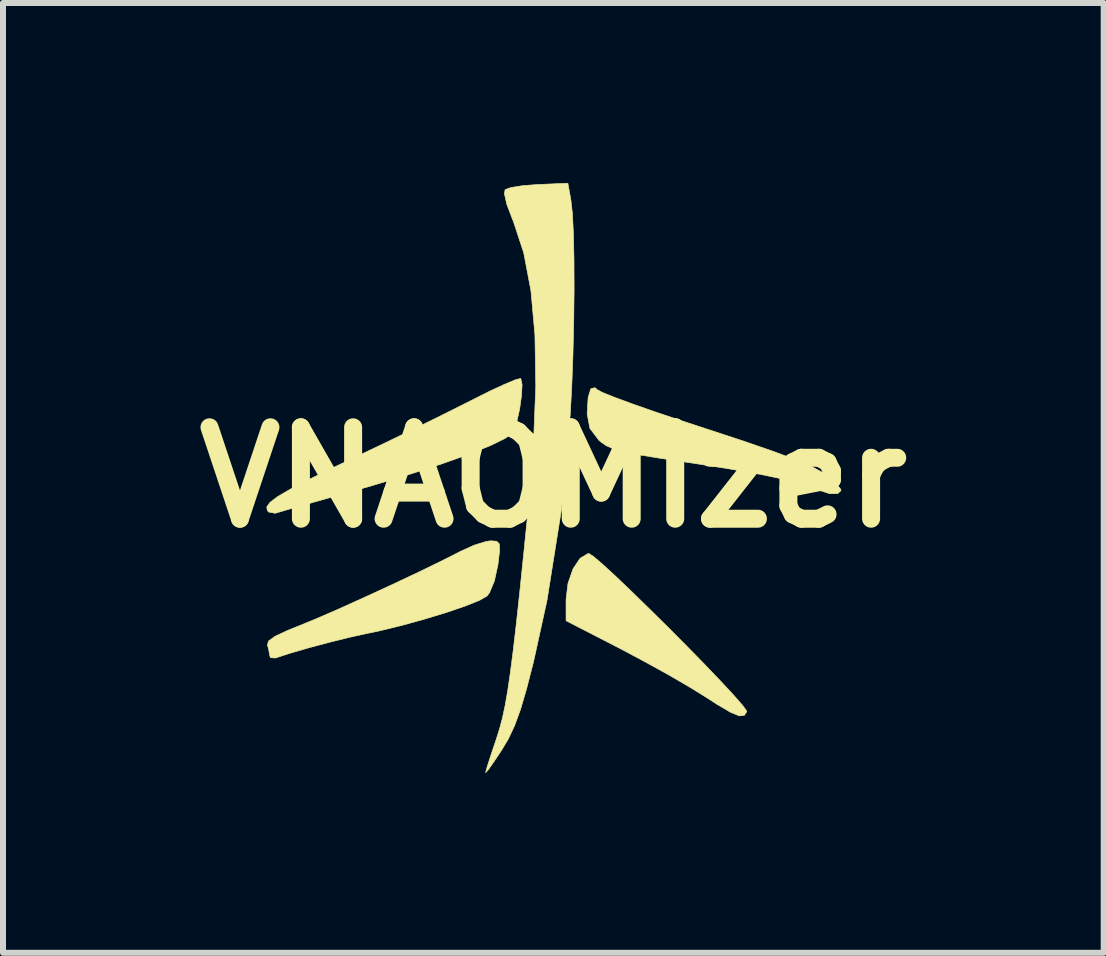
<source format=kicad_pcb>
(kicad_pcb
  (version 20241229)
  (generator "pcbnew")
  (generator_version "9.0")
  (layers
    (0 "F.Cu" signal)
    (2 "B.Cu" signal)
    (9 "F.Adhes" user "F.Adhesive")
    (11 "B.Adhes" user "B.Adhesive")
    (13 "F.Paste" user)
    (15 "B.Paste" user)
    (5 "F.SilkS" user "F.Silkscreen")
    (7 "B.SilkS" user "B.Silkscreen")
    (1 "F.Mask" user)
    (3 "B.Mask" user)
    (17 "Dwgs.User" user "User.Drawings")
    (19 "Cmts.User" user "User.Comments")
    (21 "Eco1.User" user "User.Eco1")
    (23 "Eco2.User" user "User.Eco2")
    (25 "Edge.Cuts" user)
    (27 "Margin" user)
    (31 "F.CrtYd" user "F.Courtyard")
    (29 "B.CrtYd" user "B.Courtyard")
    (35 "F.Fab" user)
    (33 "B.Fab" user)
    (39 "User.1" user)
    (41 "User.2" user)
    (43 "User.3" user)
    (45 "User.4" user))
  (footprint "VNAOMizer"
    (layer "F.Cu")
    (at 6.176 4.909)
    (property "Reference" "VNAOMizer" (at 0 0 0) (layer "F.SilkS") (effects (font (size 1.524 1.524) (thickness 0.3))))
    (attr through_hole)
    (fp_poly (pts (xy 0.668 1.318) (xy 0.823 1.451) (xy 1.042 1.652) (xy 1.308 1.906) (xy 1.606 2.197) (xy 1.92 2.507) (xy 2.233 2.822) (xy 2.529 3.125) (xy 2.792 3.4) (xy 3.006 3.631) (xy 3.155 3.801) (xy 3.223 3.895) (xy 3.225 3.906) (xy 3.182 3.97) (xy 3.099 3.977) (xy 2.956 3.918) (xy 2.733 3.787) (xy 2.541 3.663) (xy 2.272 3.497) (xy 1.92 3.292) (xy 1.529 3.076) (xy 1.144 2.871) (xy 1.112 2.854) (xy 0.212 2.391) (xy 0.212 2.035) (xy 0.244 1.768) (xy 0.328 1.526) (xy 0.446 1.349) (xy 0.578 1.271) (xy 0.593 1.27) (xy 0.668 1.318)) (stroke (width 0.01) (type solid)) (fill yes) (layer "F.SilkS"))
    (fp_poly (pts (xy -0.543 -1.648) (xy -0.521 -1.549) (xy -0.531 -1.363) (xy -0.562 -1.139) (xy -0.61 -0.924) (xy -0.665 -0.768) (xy -0.679 -0.745) (xy -0.798 -0.653) (xy -1.042 -0.533) (xy -1.399 -0.389) (xy -1.855 -0.227) (xy -2.399 -0.05) (xy -3.019 0.137) (xy -3.422 0.253) (xy -3.804 0.36) (xy -4.142 0.456) (xy -4.41 0.532) (xy -4.584 0.583) (xy -4.637 0.599) (xy -4.747 0.578) (xy -4.77 0.552) (xy -4.778 0.492) (xy -4.724 0.417) (xy -4.597 0.321) (xy -4.384 0.196) (xy -4.073 0.034) (xy -3.653 -0.171) (xy -3.316 -0.331) (xy -2.869 -0.544) (xy -2.396 -0.772) (xy -1.942 -0.995) (xy -1.548 -1.192) (xy -1.367 -1.283) (xy -1.067 -1.434) (xy -0.813 -1.552) (xy -0.63 -1.628) (xy -0.545 -1.649) (xy -0.543 -1.648)) (stroke (width 0.01) (type solid)) (fill yes) (layer "F.SilkS"))
    (fp_poly (pts (xy 0.732 -1.462) (xy 0.818 -1.416) (xy 1.021 -1.334) (xy 1.32 -1.224) (xy 1.697 -1.092) (xy 2.134 -0.945) (xy 2.54 -0.812) (xy 3.167 -0.606) (xy 3.667 -0.433) (xy 4.05 -0.29) (xy 4.325 -0.171) (xy 4.501 -0.074) (xy 4.533 -0.051) (xy 4.689 0.082) (xy 4.784 0.187) (xy 4.798 0.218) (xy 4.741 0.271) (xy 4.61 0.273) (xy 4.461 0.225) (xy 4.445 0.216) (xy 4.245 0.135) (xy 3.909 0.046) (xy 3.44 -0.052) (xy 2.844 -0.156) (xy 2.222 -0.252) (xy 1.763 -0.321) (xy 1.421 -0.377) (xy 1.176 -0.427) (xy 1.004 -0.475) (xy 0.885 -0.526) (xy 0.795 -0.588) (xy 0.758 -0.62) (xy 0.609 -0.817) (xy 0.564 -1.056) (xy 0.564 -1.066) (xy 0.58 -1.332) (xy 0.625 -1.478) (xy 0.695 -1.495) (xy 0.732 -1.462)) (stroke (width 0.01) (type solid)) (fill yes) (layer "F.SilkS"))
    (fp_poly (pts (xy -0.946 1.065) (xy -0.901 1.109) (xy -0.896 1.224) (xy -0.922 1.442) (xy -0.924 1.457) (xy -0.982 1.726) (xy -1.065 1.925) (xy -1.107 1.979) (xy -1.23 2.05) (xy -1.462 2.143) (xy -1.774 2.25) (xy -2.135 2.36) (xy -2.517 2.466) (xy -2.892 2.558) (xy -3.14 2.61) (xy -3.408 2.669) (xy -3.737 2.751) (xy -4.079 2.842) (xy -4.385 2.931) (xy -4.609 3.004) (xy -4.63 3.012) (xy -4.716 3.007) (xy -4.727 2.977) (xy -4.751 2.849) (xy -4.767 2.8) (xy -4.751 2.731) (xy -4.64 2.65) (xy -4.419 2.547) (xy -4.256 2.482) (xy -3.96 2.36) (xy -3.572 2.192) (xy -3.13 1.992) (xy -2.666 1.778) (xy -2.217 1.566) (xy -1.818 1.371) (xy -1.542 1.231) (xy -1.319 1.13) (xy -1.118 1.068) (xy -1.042 1.058) (xy -0.946 1.065)) (stroke (width 0.01) (type solid)) (fill yes) (layer "F.SilkS"))
    (fp_poly (pts (xy 0.293 -4.621) (xy 0.318 -4.398) (xy 0.335 -4.059) (xy 0.344 -3.63) (xy 0.346 -3.135) (xy 0.34 -2.6) (xy 0.327 -2.05) (xy 0.307 -1.51) (xy 0.281 -1.041) (xy 0.133 0.549) (xy -0.106 2.052) (xy -0.329 3.069) (xy -0.446 3.525) (xy -0.548 3.872) (xy -0.647 4.142) (xy -0.752 4.364) (xy -0.859 4.543) (xy -0.991 4.742) (xy -1.087 4.878) (xy -1.128 4.923) (xy -1.129 4.921) (xy -1.108 4.84) (xy -1.051 4.661) (xy -0.97 4.42) (xy -0.951 4.364) (xy -0.899 4.199) (xy -0.851 4.021) (xy -0.806 3.813) (xy -0.762 3.563) (xy -0.717 3.255) (xy -0.668 2.876) (xy -0.614 2.41) (xy -0.553 1.843) (xy -0.483 1.161) (xy -0.423 0.564) (xy -0.332 -0.538) (xy -0.293 -1.515) (xy -0.307 -2.372) (xy -0.374 -3.113) (xy -0.494 -3.744) (xy -0.667 -4.27) (xy -0.68 -4.3) (xy -0.776 -4.553) (xy -0.816 -4.73) (xy -0.804 -4.798) (xy -0.705 -4.833) (xy -0.508 -4.864) (xy -0.254 -4.883) (xy -0.249 -4.883) (xy 0.242 -4.904) (xy 0.293 -4.621)) (stroke (width 0.01) (type solid)) (fill yes) (layer "F.SilkS")))
  (gr_rect
    (start -3 -3)
    (end 15.352 12.836)
    (stroke (width 0.1) (type default))
    (fill no)
    (layer "Edge.Cuts")))
</source>
